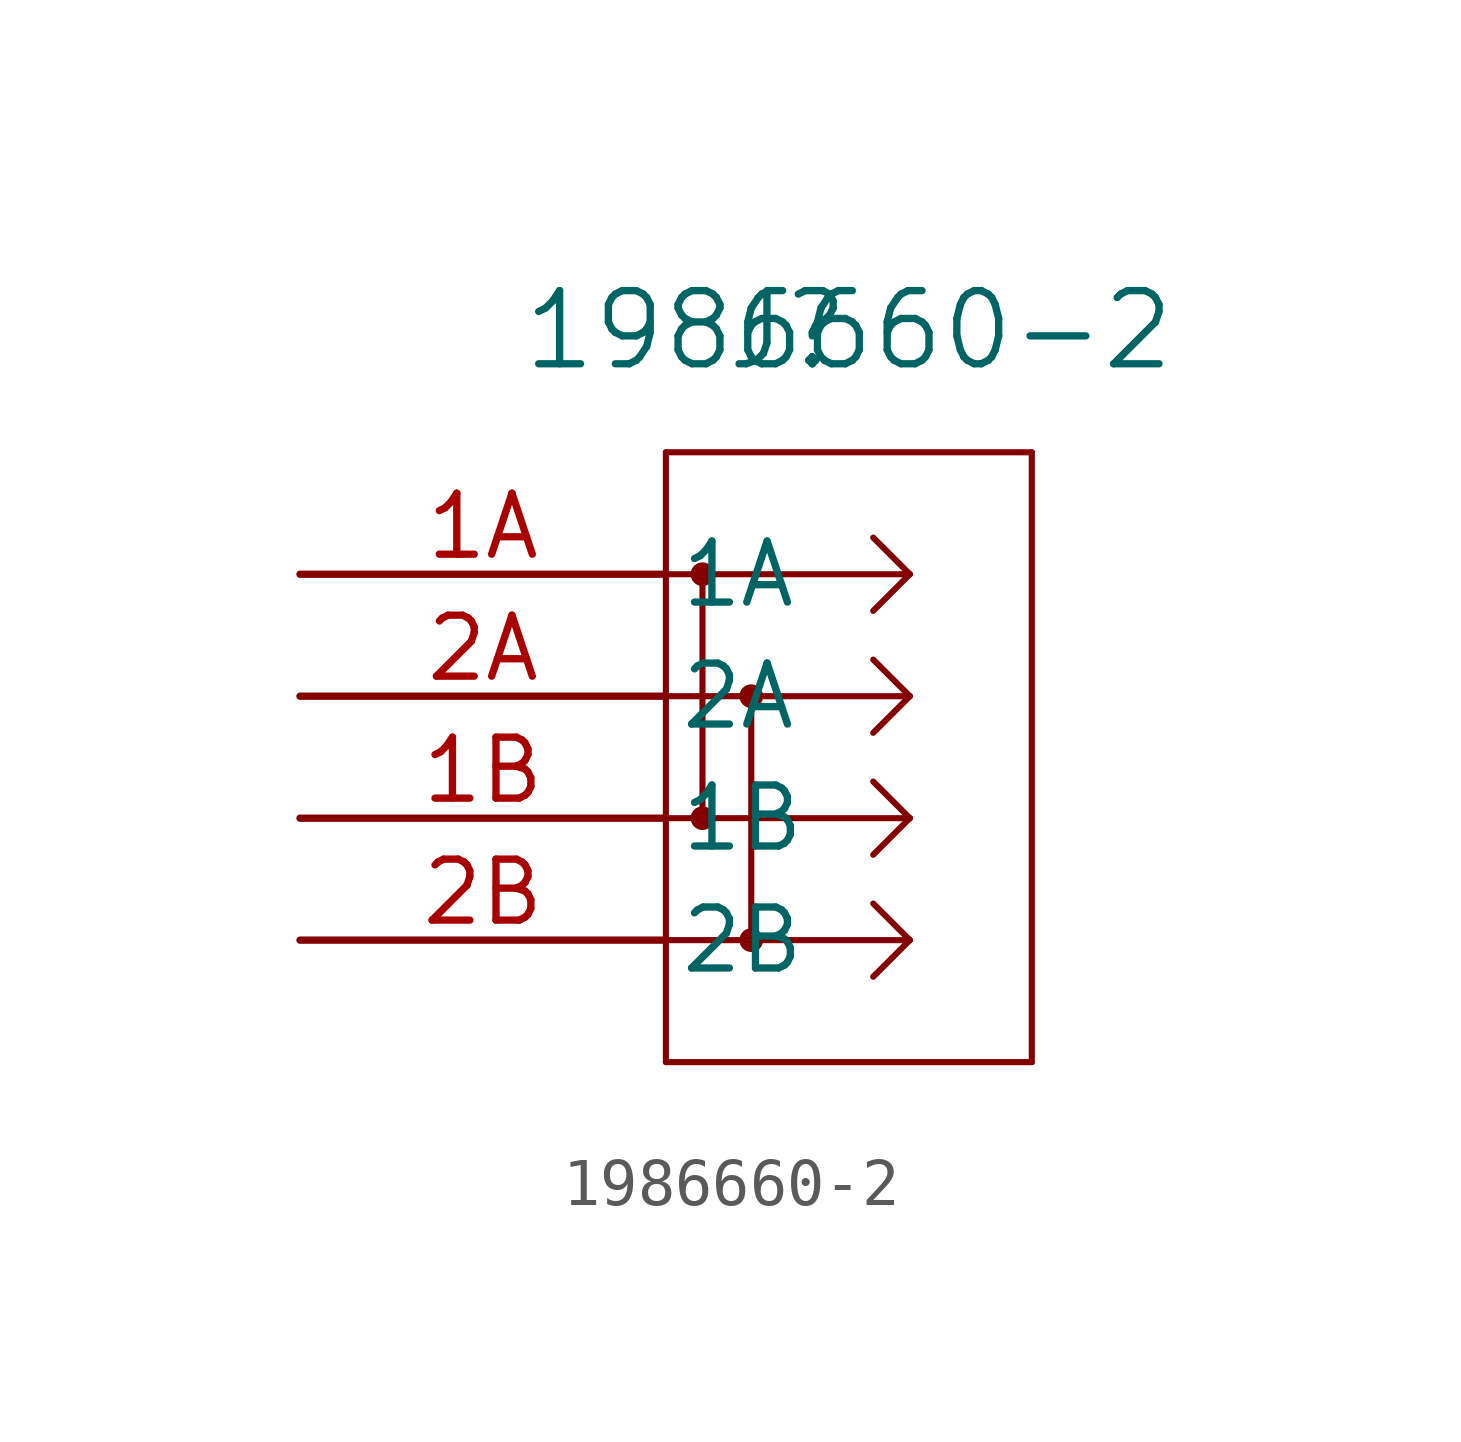
<source format=kicad_sym>
(kicad_symbol_lib
  (version 20211014)
  (generator kicad_symbol_editor)
  (symbol "1986660-2"
    (pin_names
      (offset 0.254))
    (property "Reference" "J"
      (at 10.16 5.08 0)
      (effects (font (size 1.524 1.524))))
    (property "Value" "1986660-2"
      (at 11.43 5.08 0)
      (effects (font (size 1.524 1.524))))
    (polyline
      (pts (xy 7.62 2.54) (xy 7.62 -10.16))
      (stroke (width 0.127) (type default) (color 0 0 0 0))
      (fill (type none)))
    (polyline
      (pts (xy 7.62 -10.16) (xy 15.24 -10.16))
      (stroke (width 0.127) (type default) (color 0 0 0 0))
      (fill (type none)))
    (polyline
      (pts (xy 15.24 -10.16) (xy 15.24 2.54))
      (stroke (width 0.127) (type default) (color 0 0 0 0))
      (fill (type none)))
    (polyline
      (pts (xy 15.24 2.54) (xy 7.62 2.54))
      (stroke (width 0.127) (type default) (color 0 0 0 0))
      (fill (type none)))
    (polyline
      (pts (xy 8.382 0) (xy 8.382 -5.08))
      (stroke (width 0.127) (type default) (color 0 0 0 0))
      (fill (type none)))
    (polyline
      (pts (xy 7.62 0) (xy 12.7 0))
      (stroke (width 0.127) (type default) (color 0 0 0 0))
      (fill (type none)))
    (polyline
      (pts (xy 7.62 -2.54) (xy 12.7 -2.54))
      (stroke (width 0.127) (type default) (color 0 0 0 0))
      (fill (type none)))
    (polyline
      (pts (xy 7.62 -5.08) (xy 12.7 -5.08))
      (stroke (width 0.127) (type default) (color 0 0 0 0))
      (fill (type none)))
    (polyline
      (pts (xy 7.62 -7.62) (xy 12.7 -7.62))
      (stroke (width 0.127) (type default) (color 0 0 0 0))
      (fill (type none)))
    (polyline
      (pts (xy 12.7 0) (xy 11.938 0.762))
      (stroke (width 0.127) (type default) (color 0 0 0 0))
      (fill (type none)))
    (polyline
      (pts (xy 12.7 0) (xy 11.938 -0.762))
      (stroke (width 0.127) (type default) (color 0 0 0 0))
      (fill (type none)))
    (polyline
      (pts (xy 12.7 -2.54) (xy 11.938 -1.778))
      (stroke (width 0.127) (type default) (color 0 0 0 0))
      (fill (type none)))
    (polyline
      (pts (xy 12.7 -2.54) (xy 11.938 -3.302))
      (stroke (width 0.127) (type default) (color 0 0 0 0))
      (fill (type none)))
    (polyline
      (pts (xy 12.7 -5.08) (xy 11.938 -4.318))
      (stroke (width 0.127) (type default) (color 0 0 0 0))
      (fill (type none)))
    (polyline
      (pts (xy 12.7 -5.08) (xy 11.938 -5.842))
      (stroke (width 0.127) (type default) (color 0 0 0 0))
      (fill (type none)))
    (polyline
      (pts (xy 12.7 -7.62) (xy 11.938 -6.858))
      (stroke (width 0.127) (type default) (color 0 0 0 0))
      (fill (type none)))
    (polyline
      (pts (xy 12.7 -7.62) (xy 11.938 -8.382))
      (stroke (width 0.127) (type default) (color 0 0 0 0))
      (fill (type none)))
    (polyline
      (pts (xy 9.398 -2.54) (xy 9.398 -7.62))
      (stroke (width 0.127) (type default) (color 0 0 0 0))
      (fill (type none)))
    (circle
      (center 8.382 0)
      (radius 0.127)
      (stroke (width 0.24) (type default) (color 0 0 0 0))
      (fill (type none)))
    (circle
      (center 8.382 -5.08)
      (radius 0.127)
      (stroke (width 0.24) (type default) (color 0 0 0 0))
      (fill (type none)))
    (circle
      (center 9.398 -2.54)
      (radius 0.127)
      (stroke (width 0.24) (type default) (color 0 0 0 0))
      (fill (type none)))
    (circle
      (center 9.398 -7.62)
      (radius 0.127)
      (stroke (width 0.24) (type default) (color 0 0 0 0))
      (fill (type none)))
    (pin unspecified line
      (at 0 0 0)
      (length 7.62)
      (name "1A" (effects (font (size 1.27 1.27))))
      (number "1A" (effects (font (size 1.27 1.27)))))
    (pin unspecified line
      (at 0 -2.54 0)
      (length 7.62)
      (name "2A" (effects (font (size 1.27 1.27))))
      (number "2A" (effects (font (size 1.27 1.27)))))
    (pin unspecified line
      (at 0 -5.08 0)
      (length 7.62)
      (name "1B" (effects (font (size 1.27 1.27))))
      (number "1B" (effects (font (size 1.27 1.27)))))
    (pin unspecified line
      (at 0 -7.62 0)
      (length 7.62)
      (name "2B" (effects (font (size 1.27 1.27))))
      (number "2B" (effects (font (size 1.27 1.27)))))))
</source>
